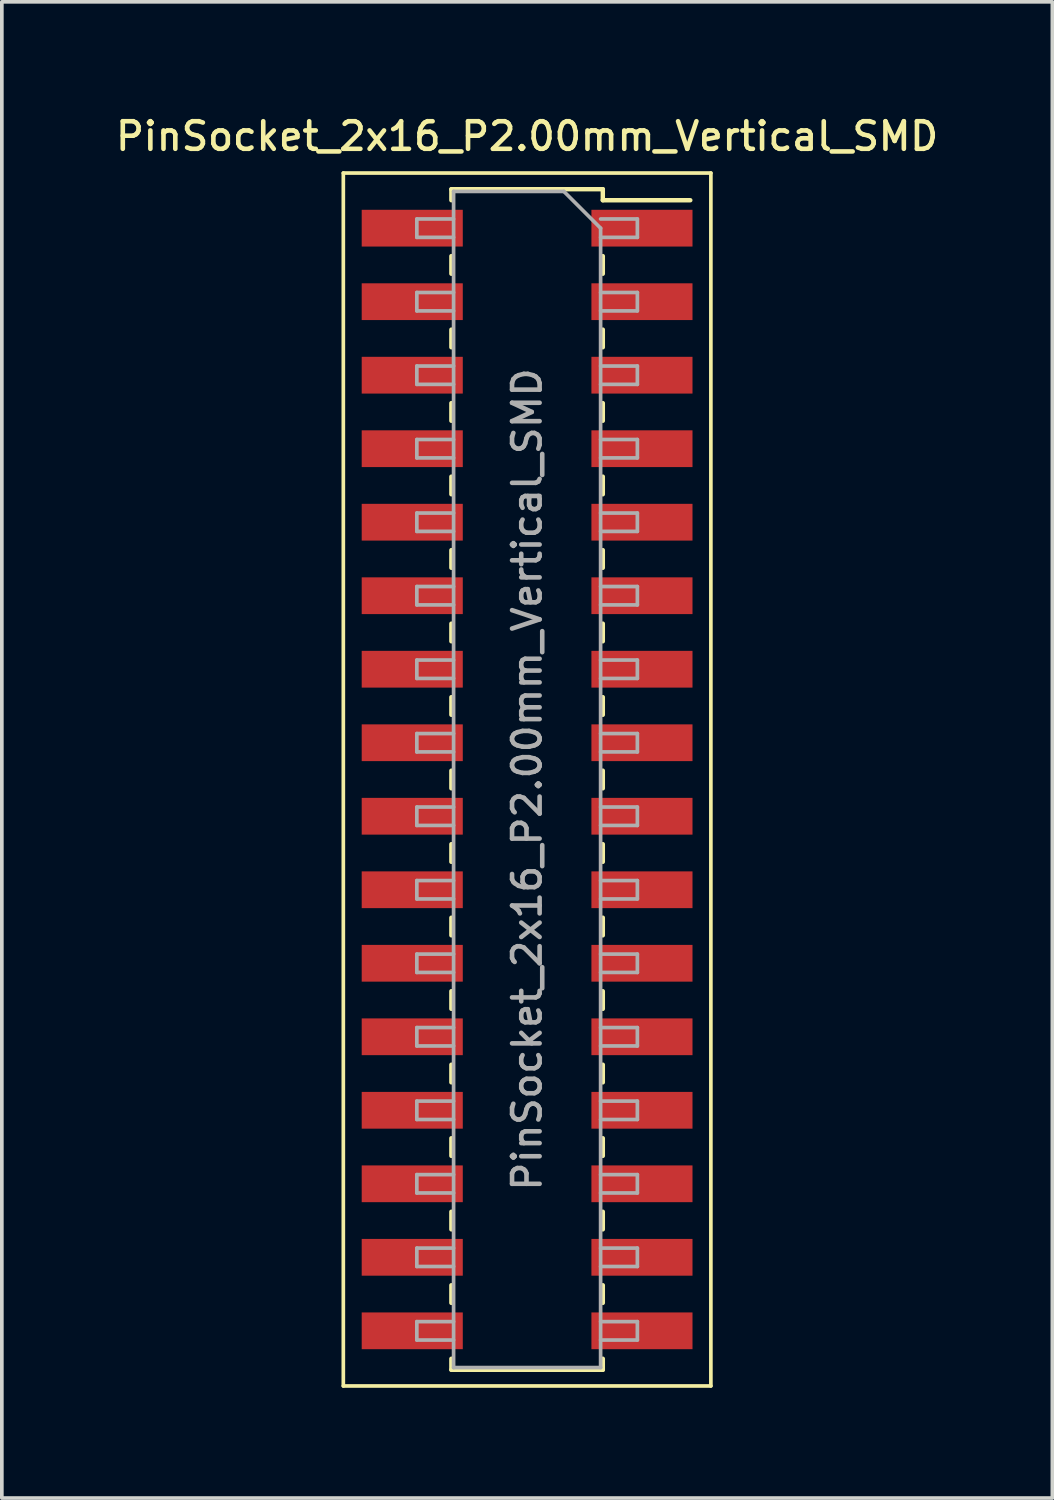
<source format=kicad_pcb>
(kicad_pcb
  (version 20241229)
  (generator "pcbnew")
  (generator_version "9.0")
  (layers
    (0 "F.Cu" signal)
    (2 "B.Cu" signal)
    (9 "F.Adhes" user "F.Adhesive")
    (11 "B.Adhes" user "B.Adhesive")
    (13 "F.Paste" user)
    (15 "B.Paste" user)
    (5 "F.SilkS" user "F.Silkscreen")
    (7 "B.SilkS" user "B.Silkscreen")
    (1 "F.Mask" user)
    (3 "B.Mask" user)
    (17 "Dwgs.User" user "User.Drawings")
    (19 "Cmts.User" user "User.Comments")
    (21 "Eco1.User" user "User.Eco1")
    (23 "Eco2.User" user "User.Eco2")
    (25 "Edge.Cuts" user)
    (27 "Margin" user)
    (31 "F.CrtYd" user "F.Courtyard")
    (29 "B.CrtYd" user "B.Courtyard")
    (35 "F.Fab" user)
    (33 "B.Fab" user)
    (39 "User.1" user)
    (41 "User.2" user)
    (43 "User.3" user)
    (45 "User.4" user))
  (footprint "PinSocket_2x16_P2.00mm_Vertical_SMD"
    (layer "F.Cu")
    (at 11.291 18.158)
    (property "Reference" "PinSocket_2x16_P2.00mm_Vertical_SMD" (at 0 -17.5 0) (layer "F.SilkS") (effects (font (size 0.75 0.75) (thickness 0.125))))
    (attr smd)
    (fp_line (start -5 -16.5) (end 5 -16.5) (stroke (width 0.1) (type solid)) (layer "F.SilkS"))
    (fp_line (start -5 16.5) (end -5 -16.5) (stroke (width 0.1) (type solid)) (layer "F.SilkS"))
    (fp_line (start -2.06 -16.06) (end -2.06 -15.76) (stroke (width 0.12) (type solid)) (layer "F.SilkS"))
    (fp_line (start -2.06 -16.06) (end 2.06 -16.06) (stroke (width 0.12) (type solid)) (layer "F.SilkS"))
    (fp_line (start -2.06 -14.24) (end -2.06 -13.76) (stroke (width 0.12) (type solid)) (layer "F.SilkS"))
    (fp_line (start -2.06 -12.24) (end -2.06 -11.76) (stroke (width 0.12) (type solid)) (layer "F.SilkS"))
    (fp_line (start -2.06 -10.24) (end -2.06 -9.76) (stroke (width 0.12) (type solid)) (layer "F.SilkS"))
    (fp_line (start -2.06 -8.24) (end -2.06 -7.76) (stroke (width 0.12) (type solid)) (layer "F.SilkS"))
    (fp_line (start -2.06 -6.24) (end -2.06 -5.76) (stroke (width 0.12) (type solid)) (layer "F.SilkS"))
    (fp_line (start -2.06 -4.24) (end -2.06 -3.76) (stroke (width 0.12) (type solid)) (layer "F.SilkS"))
    (fp_line (start -2.06 -2.24) (end -2.06 -1.76) (stroke (width 0.12) (type solid)) (layer "F.SilkS"))
    (fp_line (start -2.06 -0.24) (end -2.06 0.24) (stroke (width 0.12) (type solid)) (layer "F.SilkS"))
    (fp_line (start -2.06 1.76) (end -2.06 2.24) (stroke (width 0.12) (type solid)) (layer "F.SilkS"))
    (fp_line (start -2.06 3.76) (end -2.06 4.24) (stroke (width 0.12) (type solid)) (layer "F.SilkS"))
    (fp_line (start -2.06 5.76) (end -2.06 6.24) (stroke (width 0.12) (type solid)) (layer "F.SilkS"))
    (fp_line (start -2.06 7.76) (end -2.06 8.24) (stroke (width 0.12) (type solid)) (layer "F.SilkS"))
    (fp_line (start -2.06 9.76) (end -2.06 10.24) (stroke (width 0.12) (type solid)) (layer "F.SilkS"))
    (fp_line (start -2.06 11.76) (end -2.06 12.24) (stroke (width 0.12) (type solid)) (layer "F.SilkS"))
    (fp_line (start -2.06 13.76) (end -2.06 14.24) (stroke (width 0.12) (type solid)) (layer "F.SilkS"))
    (fp_line (start -2.06 15.76) (end -2.06 16.06) (stroke (width 0.12) (type solid)) (layer "F.SilkS"))
    (fp_line (start -2.06 16.06) (end 2.06 16.06) (stroke (width 0.12) (type solid)) (layer "F.SilkS"))
    (fp_line (start 2.06 -16.06) (end 2.06 -15.76) (stroke (width 0.12) (type solid)) (layer "F.SilkS"))
    (fp_line (start 2.06 -15.76) (end 4.44 -15.76) (stroke (width 0.12) (type solid)) (layer "F.SilkS"))
    (fp_line (start 2.06 -14.24) (end 2.06 -13.76) (stroke (width 0.12) (type solid)) (layer "F.SilkS"))
    (fp_line (start 2.06 -12.24) (end 2.06 -11.76) (stroke (width 0.12) (type solid)) (layer "F.SilkS"))
    (fp_line (start 2.06 -10.24) (end 2.06 -9.76) (stroke (width 0.12) (type solid)) (layer "F.SilkS"))
    (fp_line (start 2.06 -8.24) (end 2.06 -7.76) (stroke (width 0.12) (type solid)) (layer "F.SilkS"))
    (fp_line (start 2.06 -6.24) (end 2.06 -5.76) (stroke (width 0.12) (type solid)) (layer "F.SilkS"))
    (fp_line (start 2.06 -4.24) (end 2.06 -3.76) (stroke (width 0.12) (type solid)) (layer "F.SilkS"))
    (fp_line (start 2.06 -2.24) (end 2.06 -1.76) (stroke (width 0.12) (type solid)) (layer "F.SilkS"))
    (fp_line (start 2.06 -0.24) (end 2.06 0.24) (stroke (width 0.12) (type solid)) (layer "F.SilkS"))
    (fp_line (start 2.06 1.76) (end 2.06 2.24) (stroke (width 0.12) (type solid)) (layer "F.SilkS"))
    (fp_line (start 2.06 3.76) (end 2.06 4.24) (stroke (width 0.12) (type solid)) (layer "F.SilkS"))
    (fp_line (start 2.06 5.76) (end 2.06 6.24) (stroke (width 0.12) (type solid)) (layer "F.SilkS"))
    (fp_line (start 2.06 7.76) (end 2.06 8.24) (stroke (width 0.12) (type solid)) (layer "F.SilkS"))
    (fp_line (start 2.06 9.76) (end 2.06 10.24) (stroke (width 0.12) (type solid)) (layer "F.SilkS"))
    (fp_line (start 2.06 11.76) (end 2.06 12.24) (stroke (width 0.12) (type solid)) (layer "F.SilkS"))
    (fp_line (start 2.06 13.76) (end 2.06 14.24) (stroke (width 0.12) (type solid)) (layer "F.SilkS"))
    (fp_line (start 2.06 15.76) (end 2.06 16.06) (stroke (width 0.12) (type solid)) (layer "F.SilkS"))
    (fp_line (start 5 -16.5) (end 5 16.5) (stroke (width 0.1) (type solid)) (layer "F.SilkS"))
    (fp_line (start 5 16.5) (end -5 16.5) (stroke (width 0.1) (type solid)) (layer "F.SilkS"))
    (fp_line (start -3 -15.25) (end -2 -15.25) (stroke (width 0.1) (type solid)) (layer "F.Fab"))
    (fp_line (start -3 -14.75) (end -3 -15.25) (stroke (width 0.1) (type solid)) (layer "F.Fab"))
    (fp_line (start -3 -13.25) (end -2 -13.25) (stroke (width 0.1) (type solid)) (layer "F.Fab"))
    (fp_line (start -3 -12.75) (end -3 -13.25) (stroke (width 0.1) (type solid)) (layer "F.Fab"))
    (fp_line (start -3 -11.25) (end -2 -11.25) (stroke (width 0.1) (type solid)) (layer "F.Fab"))
    (fp_line (start -3 -10.75) (end -3 -11.25) (stroke (width 0.1) (type solid)) (layer "F.Fab"))
    (fp_line (start -3 -9.25) (end -2 -9.25) (stroke (width 0.1) (type solid)) (layer "F.Fab"))
    (fp_line (start -3 -8.75) (end -3 -9.25) (stroke (width 0.1) (type solid)) (layer "F.Fab"))
    (fp_line (start -3 -7.25) (end -2 -7.25) (stroke (width 0.1) (type solid)) (layer "F.Fab"))
    (fp_line (start -3 -6.75) (end -3 -7.25) (stroke (width 0.1) (type solid)) (layer "F.Fab"))
    (fp_line (start -3 -5.25) (end -2 -5.25) (stroke (width 0.1) (type solid)) (layer "F.Fab"))
    (fp_line (start -3 -4.75) (end -3 -5.25) (stroke (width 0.1) (type solid)) (layer "F.Fab"))
    (fp_line (start -3 -3.25) (end -2 -3.25) (stroke (width 0.1) (type solid)) (layer "F.Fab"))
    (fp_line (start -3 -2.75) (end -3 -3.25) (stroke (width 0.1) (type solid)) (layer "F.Fab"))
    (fp_line (start -3 -1.25) (end -2 -1.25) (stroke (width 0.1) (type solid)) (layer "F.Fab"))
    (fp_line (start -3 -0.75) (end -3 -1.25) (stroke (width 0.1) (type solid)) (layer "F.Fab"))
    (fp_line (start -3 0.75) (end -2 0.75) (stroke (width 0.1) (type solid)) (layer "F.Fab"))
    (fp_line (start -3 1.25) (end -3 0.75) (stroke (width 0.1) (type solid)) (layer "F.Fab"))
    (fp_line (start -3 2.75) (end -2 2.75) (stroke (width 0.1) (type solid)) (layer "F.Fab"))
    (fp_line (start -3 3.25) (end -3 2.75) (stroke (width 0.1) (type solid)) (layer "F.Fab"))
    (fp_line (start -3 4.75) (end -2 4.75) (stroke (width 0.1) (type solid)) (layer "F.Fab"))
    (fp_line (start -3 5.25) (end -3 4.75) (stroke (width 0.1) (type solid)) (layer "F.Fab"))
    (fp_line (start -3 6.75) (end -2 6.75) (stroke (width 0.1) (type solid)) (layer "F.Fab"))
    (fp_line (start -3 7.25) (end -3 6.75) (stroke (width 0.1) (type solid)) (layer "F.Fab"))
    (fp_line (start -3 8.75) (end -2 8.75) (stroke (width 0.1) (type solid)) (layer "F.Fab"))
    (fp_line (start -3 9.25) (end -3 8.75) (stroke (width 0.1) (type solid)) (layer "F.Fab"))
    (fp_line (start -3 10.75) (end -2 10.75) (stroke (width 0.1) (type solid)) (layer "F.Fab"))
    (fp_line (start -3 11.25) (end -3 10.75) (stroke (width 0.1) (type solid)) (layer "F.Fab"))
    (fp_line (start -3 12.75) (end -2 12.75) (stroke (width 0.1) (type solid)) (layer "F.Fab"))
    (fp_line (start -3 13.25) (end -3 12.75) (stroke (width 0.1) (type solid)) (layer "F.Fab"))
    (fp_line (start -3 14.75) (end -2 14.75) (stroke (width 0.1) (type solid)) (layer "F.Fab"))
    (fp_line (start -3 15.25) (end -3 14.75) (stroke (width 0.1) (type solid)) (layer "F.Fab"))
    (fp_line (start -2 -16) (end 1 -16) (stroke (width 0.1) (type solid)) (layer "F.Fab"))
    (fp_line (start -2 -14.75) (end -3 -14.75) (stroke (width 0.1) (type solid)) (layer "F.Fab"))
    (fp_line (start -2 -12.75) (end -3 -12.75) (stroke (width 0.1) (type solid)) (layer "F.Fab"))
    (fp_line (start -2 -10.75) (end -3 -10.75) (stroke (width 0.1) (type solid)) (layer "F.Fab"))
    (fp_line (start -2 -8.75) (end -3 -8.75) (stroke (width 0.1) (type solid)) (layer "F.Fab"))
    (fp_line (start -2 -6.75) (end -3 -6.75) (stroke (width 0.1) (type solid)) (layer "F.Fab"))
    (fp_line (start -2 -4.75) (end -3 -4.75) (stroke (width 0.1) (type solid)) (layer "F.Fab"))
    (fp_line (start -2 -2.75) (end -3 -2.75) (stroke (width 0.1) (type solid)) (layer "F.Fab"))
    (fp_line (start -2 -0.75) (end -3 -0.75) (stroke (width 0.1) (type solid)) (layer "F.Fab"))
    (fp_line (start -2 1.25) (end -3 1.25) (stroke (width 0.1) (type solid)) (layer "F.Fab"))
    (fp_line (start -2 3.25) (end -3 3.25) (stroke (width 0.1) (type solid)) (layer "F.Fab"))
    (fp_line (start -2 5.25) (end -3 5.25) (stroke (width 0.1) (type solid)) (layer "F.Fab"))
    (fp_line (start -2 7.25) (end -3 7.25) (stroke (width 0.1) (type solid)) (layer "F.Fab"))
    (fp_line (start -2 9.25) (end -3 9.25) (stroke (width 0.1) (type solid)) (layer "F.Fab"))
    (fp_line (start -2 11.25) (end -3 11.25) (stroke (width 0.1) (type solid)) (layer "F.Fab"))
    (fp_line (start -2 13.25) (end -3 13.25) (stroke (width 0.1) (type solid)) (layer "F.Fab"))
    (fp_line (start -2 15.25) (end -3 15.25) (stroke (width 0.1) (type solid)) (layer "F.Fab"))
    (fp_line (start -2 16) (end -2 -16) (stroke (width 0.1) (type solid)) (layer "F.Fab"))
    (fp_line (start 1 -16) (end 2 -15) (stroke (width 0.1) (type solid)) (layer "F.Fab"))
    (fp_line (start 2 -15.25) (end 3 -15.25) (stroke (width 0.1) (type solid)) (layer "F.Fab"))
    (fp_line (start 2 -15) (end 2 16) (stroke (width 0.1) (type solid)) (layer "F.Fab"))
    (fp_line (start 2 -13.25) (end 3 -13.25) (stroke (width 0.1) (type solid)) (layer "F.Fab"))
    (fp_line (start 2 -11.25) (end 3 -11.25) (stroke (width 0.1) (type solid)) (layer "F.Fab"))
    (fp_line (start 2 -9.25) (end 3 -9.25) (stroke (width 0.1) (type solid)) (layer "F.Fab"))
    (fp_line (start 2 -7.25) (end 3 -7.25) (stroke (width 0.1) (type solid)) (layer "F.Fab"))
    (fp_line (start 2 -5.25) (end 3 -5.25) (stroke (width 0.1) (type solid)) (layer "F.Fab"))
    (fp_line (start 2 -3.25) (end 3 -3.25) (stroke (width 0.1) (type solid)) (layer "F.Fab"))
    (fp_line (start 2 -1.25) (end 3 -1.25) (stroke (width 0.1) (type solid)) (layer "F.Fab"))
    (fp_line (start 2 0.75) (end 3 0.75) (stroke (width 0.1) (type solid)) (layer "F.Fab"))
    (fp_line (start 2 2.75) (end 3 2.75) (stroke (width 0.1) (type solid)) (layer "F.Fab"))
    (fp_line (start 2 4.75) (end 3 4.75) (stroke (width 0.1) (type solid)) (layer "F.Fab"))
    (fp_line (start 2 6.75) (end 3 6.75) (stroke (width 0.1) (type solid)) (layer "F.Fab"))
    (fp_line (start 2 8.75) (end 3 8.75) (stroke (width 0.1) (type solid)) (layer "F.Fab"))
    (fp_line (start 2 10.75) (end 3 10.75) (stroke (width 0.1) (type solid)) (layer "F.Fab"))
    (fp_line (start 2 12.75) (end 3 12.75) (stroke (width 0.1) (type solid)) (layer "F.Fab"))
    (fp_line (start 2 14.75) (end 3 14.75) (stroke (width 0.1) (type solid)) (layer "F.Fab"))
    (fp_line (start 2 16) (end -2 16) (stroke (width 0.1) (type solid)) (layer "F.Fab"))
    (fp_line (start 3 -15.25) (end 3 -14.75) (stroke (width 0.1) (type solid)) (layer "F.Fab"))
    (fp_line (start 3 -14.75) (end 2 -14.75) (stroke (width 0.1) (type solid)) (layer "F.Fab"))
    (fp_line (start 3 -13.25) (end 3 -12.75) (stroke (width 0.1) (type solid)) (layer "F.Fab"))
    (fp_line (start 3 -12.75) (end 2 -12.75) (stroke (width 0.1) (type solid)) (layer "F.Fab"))
    (fp_line (start 3 -11.25) (end 3 -10.75) (stroke (width 0.1) (type solid)) (layer "F.Fab"))
    (fp_line (start 3 -10.75) (end 2 -10.75) (stroke (width 0.1) (type solid)) (layer "F.Fab"))
    (fp_line (start 3 -9.25) (end 3 -8.75) (stroke (width 0.1) (type solid)) (layer "F.Fab"))
    (fp_line (start 3 -8.75) (end 2 -8.75) (stroke (width 0.1) (type solid)) (layer "F.Fab"))
    (fp_line (start 3 -7.25) (end 3 -6.75) (stroke (width 0.1) (type solid)) (layer "F.Fab"))
    (fp_line (start 3 -6.75) (end 2 -6.75) (stroke (width 0.1) (type solid)) (layer "F.Fab"))
    (fp_line (start 3 -5.25) (end 3 -4.75) (stroke (width 0.1) (type solid)) (layer "F.Fab"))
    (fp_line (start 3 -4.75) (end 2 -4.75) (stroke (width 0.1) (type solid)) (layer "F.Fab"))
    (fp_line (start 3 -3.25) (end 3 -2.75) (stroke (width 0.1) (type solid)) (layer "F.Fab"))
    (fp_line (start 3 -2.75) (end 2 -2.75) (stroke (width 0.1) (type solid)) (layer "F.Fab"))
    (fp_line (start 3 -1.25) (end 3 -0.75) (stroke (width 0.1) (type solid)) (layer "F.Fab"))
    (fp_line (start 3 -0.75) (end 2 -0.75) (stroke (width 0.1) (type solid)) (layer "F.Fab"))
    (fp_line (start 3 0.75) (end 3 1.25) (stroke (width 0.1) (type solid)) (layer "F.Fab"))
    (fp_line (start 3 1.25) (end 2 1.25) (stroke (width 0.1) (type solid)) (layer "F.Fab"))
    (fp_line (start 3 2.75) (end 3 3.25) (stroke (width 0.1) (type solid)) (layer "F.Fab"))
    (fp_line (start 3 3.25) (end 2 3.25) (stroke (width 0.1) (type solid)) (layer "F.Fab"))
    (fp_line (start 3 4.75) (end 3 5.25) (stroke (width 0.1) (type solid)) (layer "F.Fab"))
    (fp_line (start 3 5.25) (end 2 5.25) (stroke (width 0.1) (type solid)) (layer "F.Fab"))
    (fp_line (start 3 6.75) (end 3 7.25) (stroke (width 0.1) (type solid)) (layer "F.Fab"))
    (fp_line (start 3 7.25) (end 2 7.25) (stroke (width 0.1) (type solid)) (layer "F.Fab"))
    (fp_line (start 3 8.75) (end 3 9.25) (stroke (width 0.1) (type solid)) (layer "F.Fab"))
    (fp_line (start 3 9.25) (end 2 9.25) (stroke (width 0.1) (type solid)) (layer "F.Fab"))
    (fp_line (start 3 10.75) (end 3 11.25) (stroke (width 0.1) (type solid)) (layer "F.Fab"))
    (fp_line (start 3 11.25) (end 2 11.25) (stroke (width 0.1) (type solid)) (layer "F.Fab"))
    (fp_line (start 3 12.75) (end 3 13.25) (stroke (width 0.1) (type solid)) (layer "F.Fab"))
    (fp_line (start 3 13.25) (end 2 13.25) (stroke (width 0.1) (type solid)) (layer "F.Fab"))
    (fp_line (start 3 14.75) (end 3 15.25) (stroke (width 0.1) (type solid)) (layer "F.Fab"))
    (fp_line (start 3 15.25) (end 2 15.25) (stroke (width 0.1) (type solid)) (layer "F.Fab"))
    (fp_text user "${REFERENCE}" (at 0 0 90) (layer "F.Fab") (effects (font (size 0.75 0.75) (thickness 0.125))))
    (pad "1" smd rect (at 3.125 -15) (size 2.75 1) (layers "F.Cu" "F.Mask" "F.Paste"))
    (pad "2" smd rect (at -3.125 -15) (size 2.75 1) (layers "F.Cu" "F.Mask" "F.Paste"))
    (pad "3" smd rect (at 3.125 -13) (size 2.75 1) (layers "F.Cu" "F.Mask" "F.Paste"))
    (pad "4" smd rect (at -3.125 -13) (size 2.75 1) (layers "F.Cu" "F.Mask" "F.Paste"))
    (pad "5" smd rect (at 3.125 -11) (size 2.75 1) (layers "F.Cu" "F.Mask" "F.Paste"))
    (pad "6" smd rect (at -3.125 -11) (size 2.75 1) (layers "F.Cu" "F.Mask" "F.Paste"))
    (pad "7" smd rect (at 3.125 -9) (size 2.75 1) (layers "F.Cu" "F.Mask" "F.Paste"))
    (pad "8" smd rect (at -3.125 -9) (size 2.75 1) (layers "F.Cu" "F.Mask" "F.Paste"))
    (pad "9" smd rect (at 3.125 -7) (size 2.75 1) (layers "F.Cu" "F.Mask" "F.Paste"))
    (pad "10" smd rect (at -3.125 -7) (size 2.75 1) (layers "F.Cu" "F.Mask" "F.Paste"))
    (pad "11" smd rect (at 3.125 -5) (size 2.75 1) (layers "F.Cu" "F.Mask" "F.Paste"))
    (pad "12" smd rect (at -3.125 -5) (size 2.75 1) (layers "F.Cu" "F.Mask" "F.Paste"))
    (pad "13" smd rect (at 3.125 -3) (size 2.75 1) (layers "F.Cu" "F.Mask" "F.Paste"))
    (pad "14" smd rect (at -3.125 -3) (size 2.75 1) (layers "F.Cu" "F.Mask" "F.Paste"))
    (pad "15" smd rect (at 3.125 -1) (size 2.75 1) (layers "F.Cu" "F.Mask" "F.Paste"))
    (pad "16" smd rect (at -3.125 -1) (size 2.75 1) (layers "F.Cu" "F.Mask" "F.Paste"))
    (pad "17" smd rect (at 3.125 1) (size 2.75 1) (layers "F.Cu" "F.Mask" "F.Paste"))
    (pad "18" smd rect (at -3.125 1) (size 2.75 1) (layers "F.Cu" "F.Mask" "F.Paste"))
    (pad "19" smd rect (at 3.125 3) (size 2.75 1) (layers "F.Cu" "F.Mask" "F.Paste"))
    (pad "20" smd rect (at -3.125 3) (size 2.75 1) (layers "F.Cu" "F.Mask" "F.Paste"))
    (pad "21" smd rect (at 3.125 5) (size 2.75 1) (layers "F.Cu" "F.Mask" "F.Paste"))
    (pad "22" smd rect (at -3.125 5) (size 2.75 1) (layers "F.Cu" "F.Mask" "F.Paste"))
    (pad "23" smd rect (at 3.125 7) (size 2.75 1) (layers "F.Cu" "F.Mask" "F.Paste"))
    (pad "24" smd rect (at -3.125 7) (size 2.75 1) (layers "F.Cu" "F.Mask" "F.Paste"))
    (pad "25" smd rect (at 3.125 9) (size 2.75 1) (layers "F.Cu" "F.Mask" "F.Paste"))
    (pad "26" smd rect (at -3.125 9) (size 2.75 1) (layers "F.Cu" "F.Mask" "F.Paste"))
    (pad "27" smd rect (at 3.125 11) (size 2.75 1) (layers "F.Cu" "F.Mask" "F.Paste"))
    (pad "28" smd rect (at -3.125 11) (size 2.75 1) (layers "F.Cu" "F.Mask" "F.Paste"))
    (pad "29" smd rect (at 3.125 13) (size 2.75 1) (layers "F.Cu" "F.Mask" "F.Paste"))
    (pad "30" smd rect (at -3.125 13) (size 2.75 1) (layers "F.Cu" "F.Mask" "F.Paste"))
    (pad "31" smd rect (at 3.125 15) (size 2.75 1) (layers "F.Cu" "F.Mask" "F.Paste"))
    (pad "32" smd rect (at -3.125 15) (size 2.75 1) (layers "F.Cu" "F.Mask" "F.Paste")))
  (gr_rect
    (start -3 -3)
    (end 25.582 37.708)
    (stroke (width 0.1) (type default))
    (fill no)
    (layer "Edge.Cuts")))
</source>
